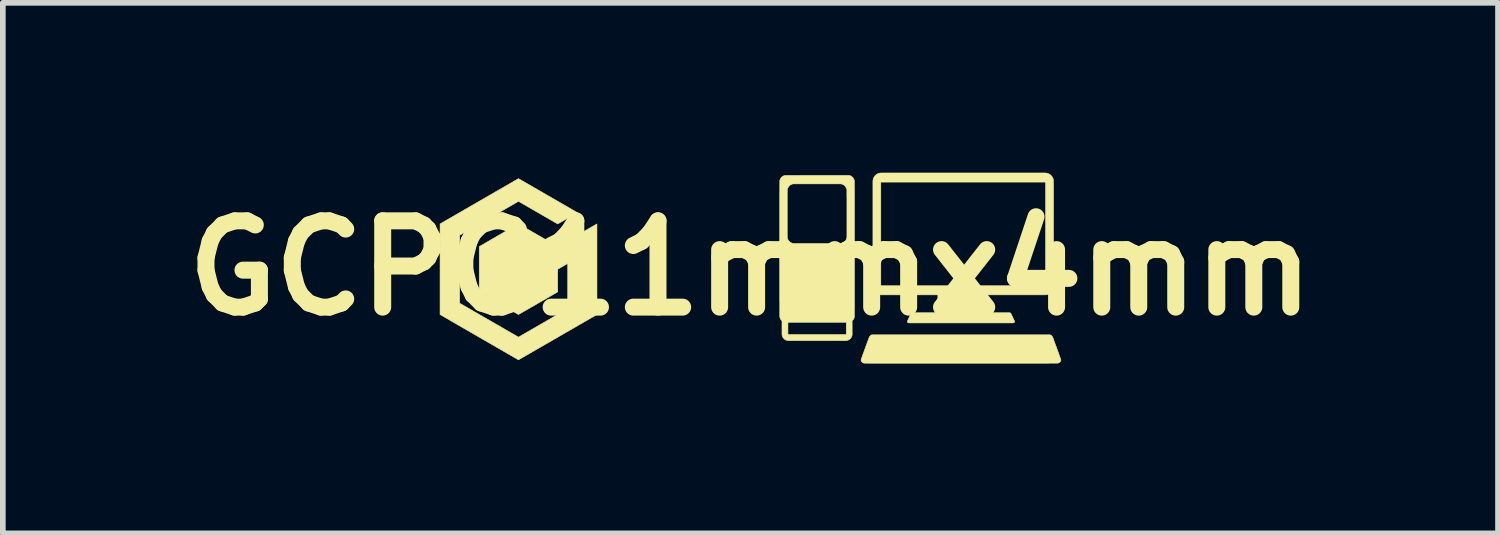
<source format=kicad_pcb>
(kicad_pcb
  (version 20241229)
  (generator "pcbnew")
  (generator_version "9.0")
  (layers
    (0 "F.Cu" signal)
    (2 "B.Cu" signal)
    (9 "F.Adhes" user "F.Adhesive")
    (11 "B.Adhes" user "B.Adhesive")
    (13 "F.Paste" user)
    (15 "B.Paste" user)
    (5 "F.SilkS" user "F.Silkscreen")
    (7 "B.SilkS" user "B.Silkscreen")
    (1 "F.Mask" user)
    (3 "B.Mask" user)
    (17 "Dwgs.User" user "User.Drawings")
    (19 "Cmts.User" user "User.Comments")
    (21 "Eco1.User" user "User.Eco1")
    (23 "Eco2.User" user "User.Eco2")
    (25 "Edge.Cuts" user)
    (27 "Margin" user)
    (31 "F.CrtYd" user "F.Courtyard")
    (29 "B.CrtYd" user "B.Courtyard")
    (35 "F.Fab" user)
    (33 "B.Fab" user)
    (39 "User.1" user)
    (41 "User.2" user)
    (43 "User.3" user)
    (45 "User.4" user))
  (footprint "GCPC11mmx4mm"
    (layer "F.Cu")
    (at 10.204 1.685)
    (property "Reference" "GCPC11mmx4mm" (at 0 0 0) (layer "F.SilkS") (effects (font (size 1.524 1.524) (thickness 0.3))))
    (attr through_hole)
    (fp_poly (pts (xy 3.17 1.178) (xy 3.215 1.178) (xy 3.261 1.178) (xy 3.308 1.178) (xy 3.356 1.178) (xy 3.406 1.178) (xy 3.456 1.178) (xy 3.507 1.178) (xy 3.559 1.178) (xy 3.612 1.178) (xy 3.666 1.178) (xy 3.721 1.178) (xy 3.722 1.178) (xy 5.287 1.178) (xy 5.292 1.179) (xy 5.298 1.181) (xy 5.303 1.183) (xy 5.308 1.186) (xy 5.313 1.189) (xy 5.318 1.194) (xy 5.32 1.196) (xy 5.325 1.201) (xy 5.33 1.208) (xy 5.334 1.215) (xy 5.339 1.224) (xy 5.343 1.233) (xy 5.344 1.236) (xy 5.345 1.238) (xy 5.346 1.24) (xy 5.347 1.243) (xy 5.348 1.247) (xy 5.35 1.252) (xy 5.352 1.257) (xy 5.354 1.263) (xy 5.357 1.27) (xy 5.359 1.278) (xy 5.362 1.286) (xy 5.365 1.294) (xy 5.369 1.303) (xy 5.372 1.312) (xy 5.376 1.322) (xy 5.379 1.332) (xy 5.383 1.343) (xy 5.387 1.354) (xy 5.391 1.365) (xy 5.395 1.376) (xy 5.399 1.387) (xy 5.404 1.399) (xy 5.408 1.411) (xy 5.412 1.422) (xy 5.416 1.434) (xy 5.421 1.446) (xy 5.425 1.457) (xy 5.429 1.469) (xy 5.433 1.48) (xy 5.437 1.492) (xy 5.441 1.503) (xy 5.445 1.513) (xy 5.449 1.524) (xy 5.452 1.534) (xy 5.456 1.543) (xy 5.459 1.553) (xy 5.462 1.562) (xy 5.465 1.57) (xy 5.468 1.578) (xy 5.471 1.585) (xy 5.473 1.592) (xy 5.475 1.597) (xy 5.477 1.603) (xy 5.479 1.607) (xy 5.48 1.611) (xy 5.481 1.614) (xy 5.482 1.616) (xy 5.482 1.617) (xy 5.482 1.617) (xy 5.483 1.621) (xy 5.483 1.625) (xy 5.483 1.629) (xy 5.482 1.632) (xy 5.482 1.633) (xy 5.48 1.638) (xy 5.478 1.644) (xy 5.474 1.649) (xy 5.47 1.655) (xy 5.465 1.66) (xy 5.459 1.664) (xy 5.453 1.669) (xy 5.448 1.671) (xy 5.444 1.673) (xy 5.439 1.675) (xy 5.434 1.677) (xy 5.429 1.678) (xy 5.427 1.679) (xy 5.427 1.679) (xy 5.427 1.679) (xy 5.426 1.679) (xy 5.426 1.679) (xy 5.426 1.679) (xy 5.425 1.679) (xy 5.425 1.679) (xy 5.424 1.679) (xy 5.423 1.679) (xy 5.422 1.679) (xy 5.421 1.679) (xy 5.42 1.679) (xy 5.418 1.679) (xy 5.417 1.679) (xy 5.415 1.679) (xy 5.413 1.679) (xy 5.411 1.679) (xy 5.409 1.679) (xy 5.406 1.679) (xy 5.403 1.679) (xy 5.4 1.679) (xy 5.397 1.679) (xy 5.393 1.679) (xy 5.389 1.679) (xy 5.385 1.679) (xy 5.381 1.679) (xy 5.376 1.679) (xy 5.371 1.679) (xy 5.366 1.679) (xy 5.36 1.679) (xy 5.354 1.679) (xy 5.348 1.679) (xy 5.341 1.679) (xy 5.334 1.679) (xy 5.326 1.679) (xy 5.318 1.679) (xy 5.31 1.679) (xy 5.301 1.679) (xy 5.292 1.679) (xy 5.283 1.679) (xy 5.273 1.68) (xy 5.262 1.68) (xy 5.251 1.68) (xy 5.24 1.68) (xy 5.228 1.68) (xy 5.215 1.68) (xy 5.203 1.68) (xy 5.189 1.68) (xy 5.175 1.68) (xy 5.161 1.68) (xy 5.146 1.68) (xy 5.13 1.68) (xy 5.114 1.68) (xy 5.097 1.68) (xy 5.08 1.68) (xy 5.062 1.68) (xy 5.043 1.68) (xy 5.024 1.68) (xy 5.005 1.68) (xy 4.984 1.68) (xy 4.963 1.68) (xy 4.941 1.68) (xy 4.919 1.68) (xy 4.896 1.68) (xy 4.872 1.68) (xy 4.848 1.68) (xy 4.823 1.68) (xy 4.797 1.68) (xy 4.77 1.68) (xy 4.743 1.68) (xy 4.715 1.68) (xy 4.686 1.68) (xy 4.656 1.68) (xy 4.626 1.68) (xy 4.595 1.68) (xy 4.563 1.68) (xy 4.53 1.68) (xy 4.496 1.68) (xy 4.462 1.68) (xy 4.427 1.68) (xy 4.391 1.68) (xy 4.354 1.68) (xy 4.316 1.68) (xy 4.277 1.68) (xy 4.237 1.68) (xy 4.197 1.68) (xy 4.155 1.68) (xy 4.113 1.68) (xy 4.07 1.68) (xy 4.026 1.68) (xy 3.98 1.68) (xy 3.934 1.68) (xy 3.887 1.68) (xy 3.839 1.68) (xy 3.79 1.68) (xy 3.74 1.68) (xy 3.72 1.68) (xy 3.668 1.68) (xy 3.618 1.68) (xy 3.568 1.68) (xy 3.52 1.68) (xy 3.472 1.68) (xy 3.426 1.68) (xy 3.38 1.68) (xy 3.336 1.68) (xy 3.292 1.68) (xy 3.249 1.68) (xy 3.208 1.68) (xy 3.167 1.68) (xy 3.127 1.68) (xy 3.088 1.68) (xy 3.012 1.68) (xy 2.976 1.68) (xy 2.94 1.68) (xy 2.906 1.68) (xy 2.872 1.68) (xy 2.839 1.68) (xy 2.806 1.68) (xy 2.775 1.68) (xy 2.744 1.68) (xy 2.714 1.68) (xy 2.685 1.68) (xy 2.657 1.68) (xy 2.629 1.68) (xy 2.603 1.68) (xy 2.576 1.68) (xy 2.551 1.68) (xy 2.527 1.68) (xy 2.503 1.68) (xy 2.48 1.68) (xy 2.457 1.68) (xy 2.435 1.68) (xy 2.414 1.68) (xy 2.394 1.68) (xy 2.374 1.68) (xy 2.355 1.68) (xy 2.336 1.68) (xy 2.318 1.68) (xy 2.301 1.68) (xy 2.284 1.68) (xy 2.268 1.68) (xy 2.253 1.68) (xy 2.238 1.68) (xy 2.224 1.68) (xy 2.21 1.68) (xy 2.197 1.68) (xy 2.184 1.68) (xy 2.172 1.68) (xy 2.161 1.68) (xy 2.15 1.68) (xy 2.139 1.68) (xy 2.129 1.68) (xy 2.119 1.68) (xy 2.11 1.68) (xy 2.102 1.68) (xy 2.094 1.68) (xy 2.086 1.68) (xy 2.079 1.68) (xy 2.072 1.679) (xy 2.066 1.679) (xy 2.06 1.679) (xy 2.054 1.679) (xy 2.049 1.679) (xy 2.044 1.679) (xy 2.04 1.679) (xy 2.036 1.679) (xy 2.032 1.679) (xy 2.028 1.679) (xy 2.025 1.679) (xy 2.023 1.679) (xy 2.02 1.679) (xy 2.018 1.679) (xy 2.017 1.679) (xy 2.015 1.679) (xy 2.014 1.679) (xy 2.013 1.679) (xy 2.012 1.679) (xy 2.012 1.679) (xy 2.012 1.679) (xy 2.004 1.677) (xy 1.997 1.675) (xy 1.989 1.672) (xy 1.983 1.668) (xy 1.976 1.664) (xy 1.971 1.659) (xy 1.966 1.654) (xy 1.961 1.648) (xy 1.958 1.642) (xy 1.955 1.636) (xy 1.954 1.634) (xy 1.954 1.632) (xy 1.954 1.629) (xy 1.954 1.625) (xy 1.954 1.621) (xy 1.954 1.618) (xy 1.954 1.616) (xy 1.954 1.615) (xy 1.955 1.615) (xy 1.955 1.613) (xy 1.956 1.611) (xy 1.957 1.607) (xy 1.959 1.603) (xy 1.961 1.598) (xy 1.963 1.593) (xy 1.965 1.586) (xy 1.967 1.579) (xy 1.97 1.572) (xy 1.973 1.564) (xy 1.976 1.555) (xy 1.979 1.546) (xy 1.983 1.536) (xy 1.986 1.527) (xy 1.99 1.516) (xy 1.994 1.506) (xy 1.998 1.495) (xy 2.002 1.484) (xy 2.006 1.472) (xy 2.01 1.461) (xy 2.014 1.449) (xy 2.019 1.438) (xy 2.023 1.426) (xy 2.027 1.414) (xy 2.031 1.403) (xy 2.036 1.391) (xy 2.04 1.38) (xy 2.044 1.368) (xy 2.048 1.357) (xy 2.052 1.346) (xy 2.056 1.336) (xy 2.059 1.325) (xy 2.063 1.316) (xy 2.067 1.306) (xy 2.07 1.297) (xy 2.073 1.288) (xy 2.076 1.28) (xy 2.079 1.273) (xy 2.081 1.266) (xy 2.083 1.26) (xy 2.086 1.254) (xy 2.087 1.249) (xy 2.089 1.245) (xy 2.09 1.242) (xy 2.091 1.239) (xy 2.092 1.238) (xy 2.092 1.237) (xy 2.096 1.227) (xy 2.1 1.219) (xy 2.104 1.211) (xy 2.109 1.204) (xy 2.114 1.198) (xy 2.119 1.193) (xy 2.124 1.188) (xy 2.13 1.185) (xy 2.134 1.183) (xy 2.139 1.181) (xy 2.144 1.179) (xy 2.15 1.178) (xy 2.152 1.178) (xy 2.153 1.178) (xy 2.154 1.178) (xy 2.157 1.178) (xy 2.16 1.178) (xy 2.165 1.178) (xy 2.17 1.178) (xy 2.176 1.178) (xy 2.183 1.178) (xy 2.192 1.178) (xy 2.201 1.178) (xy 2.211 1.178) (xy 2.222 1.178) (xy 2.234 1.178) (xy 2.247 1.178) (xy 2.261 1.178) (xy 2.275 1.178) (xy 2.291 1.178) (xy 2.308 1.178) (xy 2.325 1.178) (xy 2.344 1.178) (xy 2.364 1.178) (xy 2.384 1.178) (xy 2.406 1.178) (xy 2.428 1.178) (xy 2.452 1.178) (xy 2.476 1.178) (xy 2.502 1.178) (xy 2.528 1.178) (xy 2.555 1.178) (xy 2.584 1.178) (xy 2.613 1.178) (xy 2.643 1.178) (xy 2.674 1.178) (xy 2.707 1.178) (xy 2.74 1.178) (xy 2.774 1.178) (xy 2.809 1.178) (xy 2.845 1.178) (xy 2.882 1.178) (xy 2.92 1.178) (xy 2.96 1.178) (xy 3 1.178) (xy 3.041 1.178) (xy 3.126 1.178) (xy 3.17 1.178)) (stroke (width 0.01) (type solid)) (fill yes) (layer "F.SilkS"))
    (fp_poly (pts (xy 3.939 -1.68) (xy 3.982 -1.68) (xy 4.024 -1.68) (xy 4.065 -1.68) (xy 4.105 -1.68) (xy 4.144 -1.68) (xy 4.182 -1.68) (xy 4.219 -1.68) (xy 4.256 -1.68) (xy 4.291 -1.68) (xy 4.326 -1.68) (xy 4.36 -1.68) (xy 4.393 -1.68) (xy 4.425 -1.68) (xy 4.456 -1.68) (xy 4.487 -1.68) (xy 4.516 -1.68) (xy 4.545 -1.68) (xy 4.573 -1.68) (xy 4.6 -1.68) (xy 4.627 -1.68) (xy 4.653 -1.68) (xy 4.678 -1.68) (xy 4.702 -1.68) (xy 4.725 -1.68) (xy 4.748 -1.68) (xy 4.77 -1.68) (xy 4.792 -1.68) (xy 4.813 -1.68) (xy 4.833 -1.68) (xy 4.852 -1.68) (xy 4.871 -1.68) (xy 4.889 -1.68) (xy 4.906 -1.68) (xy 4.923 -1.68) (xy 4.94 -1.68) (xy 4.955 -1.68) (xy 4.97 -1.68) (xy 4.985 -1.68) (xy 4.999 -1.68) (xy 5.012 -1.68) (xy 5.025 -1.68) (xy 5.038 -1.68) (xy 5.049 -1.68) (xy 5.061 -1.68) (xy 5.072 -1.68) (xy 5.082 -1.68) (xy 5.092 -1.68) (xy 5.101 -1.68) (xy 5.11 -1.68) (xy 5.119 -1.68) (xy 5.127 -1.68) (xy 5.134 -1.68) (xy 5.142 -1.68) (xy 5.148 -1.68) (xy 5.155 -1.68) (xy 5.161 -1.68) (xy 5.167 -1.68) (xy 5.172 -1.68) (xy 5.177 -1.68) (xy 5.182 -1.68) (xy 5.186 -1.68) (xy 5.19 -1.68) (xy 5.194 -1.68) (xy 5.197 -1.679) (xy 5.2 -1.679) (xy 5.203 -1.679) (xy 5.206 -1.679) (xy 5.208 -1.679) (xy 5.21 -1.679) (xy 5.212 -1.679) (xy 5.214 -1.679) (xy 5.215 -1.679) (xy 5.216 -1.679) (xy 5.218 -1.679) (xy 5.218 -1.679) (xy 5.219 -1.679) (xy 5.22 -1.679) (xy 5.22 -1.679) (xy 5.221 -1.679) (xy 5.221 -1.679) (xy 5.231 -1.678) (xy 5.241 -1.675) (xy 5.251 -1.673) (xy 5.26 -1.669) (xy 5.269 -1.665) (xy 5.279 -1.659) (xy 5.289 -1.653) (xy 5.298 -1.646) (xy 5.307 -1.638) (xy 5.308 -1.637) (xy 5.317 -1.627) (xy 5.324 -1.618) (xy 5.331 -1.608) (xy 5.337 -1.597) (xy 5.342 -1.586) (xy 5.346 -1.575) (xy 5.349 -1.563) (xy 5.351 -1.55) (xy 5.351 -1.545) (xy 5.351 -1.545) (xy 5.351 -1.543) (xy 5.351 -1.541) (xy 5.351 -1.537) (xy 5.351 -1.533) (xy 5.351 -1.527) (xy 5.351 -1.521) (xy 5.351 -1.514) (xy 5.351 -1.506) (xy 5.351 -1.497) (xy 5.351 -1.487) (xy 5.352 -1.476) (xy 5.352 -1.464) (xy 5.352 -1.451) (xy 5.352 -1.437) (xy 5.352 -1.422) (xy 5.352 -1.407) (xy 5.352 -1.39) (xy 5.352 -1.372) (xy 5.352 -1.354) (xy 5.352 -1.334) (xy 5.352 -1.314) (xy 5.352 -1.292) (xy 5.352 -1.27) (xy 5.352 -1.246) (xy 5.352 -1.222) (xy 5.352 -1.197) (xy 5.352 -1.17) (xy 5.352 -1.143) (xy 5.352 -1.115) (xy 5.352 -1.085) (xy 5.352 -1.055) (xy 5.352 -1.024) (xy 5.352 -0.992) (xy 5.352 -0.958) (xy 5.352 -0.924) (xy 5.352 -0.889) (xy 5.352 -0.853) (xy 5.352 -0.815) (xy 5.352 -0.777) (xy 5.352 -0.738) (xy 5.352 -0.697) (xy 5.352 -0.656) (xy 5.352 -0.566) (xy 5.352 -0.529) (xy 5.352 -0.493) (xy 5.352 -0.459) (xy 5.352 -0.425) (xy 5.352 -0.392) (xy 5.352 -0.36) (xy 5.352 -0.329) (xy 5.352 -0.299) (xy 5.352 -0.27) (xy 5.352 -0.242) (xy 5.352 -0.214) (xy 5.352 -0.188) (xy 5.352 -0.162) (xy 5.352 -0.137) (xy 5.352 -0.113) (xy 5.352 -0.09) (xy 5.352 -0.067) (xy 5.352 -0.046) (xy 5.352 -0.025) (xy 5.352 -0.005) (xy 5.352 0.015) (xy 5.352 0.033) (xy 5.352 0.051) (xy 5.352 0.069) (xy 5.352 0.085) (xy 5.352 0.101) (xy 5.352 0.117) (xy 5.352 0.131) (xy 5.352 0.145) (xy 5.352 0.159) (xy 5.352 0.171) (xy 5.352 0.184) (xy 5.352 0.195) (xy 5.352 0.206) (xy 5.352 0.217) (xy 5.352 0.227) (xy 5.352 0.236) (xy 5.352 0.245) (xy 5.352 0.253) (xy 5.352 0.261) (xy 5.352 0.269) (xy 5.352 0.276) (xy 5.351 0.282) (xy 5.351 0.288) (xy 5.351 0.294) (xy 5.351 0.299) (xy 5.351 0.304) (xy 5.351 0.309) (xy 5.351 0.313) (xy 5.351 0.317) (xy 5.351 0.32) (xy 5.351 0.323) (xy 5.351 0.326) (xy 5.351 0.329) (xy 5.351 0.331) (xy 5.351 0.333) (xy 5.351 0.335) (xy 5.351 0.336) (xy 5.351 0.337) (xy 5.351 0.338) (xy 5.351 0.339) (xy 5.351 0.34) (xy 5.351 0.34) (xy 5.351 0.34) (xy 5.349 0.352) (xy 5.347 0.364) (xy 5.343 0.375) (xy 5.338 0.386) (xy 5.333 0.397) (xy 5.327 0.407) (xy 5.32 0.416) (xy 5.312 0.425) (xy 5.303 0.434) (xy 5.294 0.442) (xy 5.284 0.449) (xy 5.274 0.455) (xy 5.27 0.457) (xy 5.26 0.461) (xy 5.251 0.465) (xy 5.241 0.468) (xy 5.23 0.47) (xy 5.221 0.472) (xy 5.221 0.472) (xy 5.22 0.472) (xy 5.22 0.472) (xy 5.219 0.472) (xy 5.218 0.472) (xy 5.217 0.472) (xy 5.216 0.472) (xy 5.215 0.472) (xy 5.214 0.472) (xy 5.212 0.472) (xy 5.21 0.472) (xy 5.208 0.472) (xy 5.205 0.472) (xy 5.202 0.472) (xy 5.199 0.472) (xy 5.196 0.472) (xy 5.192 0.472) (xy 5.188 0.472) (xy 5.183 0.472) (xy 5.178 0.472) (xy 5.173 0.472) (xy 5.167 0.472) (xy 5.161 0.472) (xy 5.154 0.473) (xy 5.147 0.473) (xy 5.139 0.473) (xy 5.131 0.473) (xy 5.122 0.473) (xy 5.113 0.473) (xy 5.103 0.473) (xy 5.092 0.473) (xy 5.081 0.473) (xy 5.069 0.473) (xy 5.056 0.473) (xy 5.043 0.473) (xy 5.029 0.473) (xy 5.014 0.473) (xy 4.999 0.473) (xy 4.983 0.473) (xy 4.966 0.473) (xy 4.948 0.473) (xy 4.93 0.473) (xy 4.911 0.473) (xy 4.89 0.473) (xy 4.869 0.473) (xy 4.847 0.473) (xy 4.825 0.473) (xy 4.801 0.473) (xy 4.776 0.473) (xy 4.751 0.473) (xy 4.724 0.473) (xy 4.696 0.473) (xy 4.687 0.473) (xy 4.158 0.473) (xy 4.159 0.602) (xy 4.159 0.616) (xy 4.159 0.628) (xy 4.159 0.64) (xy 4.159 0.651) (xy 4.159 0.661) (xy 4.159 0.67) (xy 4.159 0.678) (xy 4.159 0.686) (xy 4.159 0.692) (xy 4.159 0.699) (xy 4.159 0.704) (xy 4.159 0.709) (xy 4.159 0.713) (xy 4.159 0.717) (xy 4.159 0.72) (xy 4.159 0.723) (xy 4.159 0.726) (xy 4.159 0.728) (xy 4.159 0.729) (xy 4.159 0.731) (xy 4.159 0.732) (xy 4.159 0.733) (xy 4.159 0.734) (xy 4.16 0.734) (xy 4.16 0.735) (xy 4.16 0.735) (xy 4.162 0.743) (xy 4.166 0.751) (xy 4.17 0.759) (xy 4.176 0.766) (xy 4.182 0.773) (xy 4.183 0.773) (xy 4.188 0.778) (xy 4.193 0.782) (xy 4.199 0.785) (xy 4.204 0.787) (xy 4.207 0.788) (xy 4.583 0.789) (xy 4.586 0.79) (xy 4.589 0.792) (xy 4.593 0.794) (xy 4.596 0.797) (xy 4.599 0.801) (xy 4.601 0.805) (xy 4.602 0.806) (xy 4.602 0.808) (xy 4.604 0.81) (xy 4.605 0.814) (xy 4.607 0.817) (xy 4.609 0.822) (xy 4.612 0.827) (xy 4.614 0.833) (xy 4.617 0.839) (xy 4.62 0.845) (xy 4.623 0.851) (xy 4.627 0.858) (xy 4.63 0.865) (xy 4.633 0.872) (xy 4.636 0.879) (xy 4.64 0.886) (xy 4.643 0.892) (xy 4.646 0.899) (xy 4.649 0.905) (xy 4.652 0.911) (xy 4.654 0.917) (xy 4.657 0.922) (xy 4.659 0.927) (xy 4.661 0.931) (xy 4.662 0.934) (xy 4.664 0.937) (xy 4.665 0.939) (xy 4.665 0.94) (xy 4.665 0.94) (xy 4.666 0.944) (xy 4.666 0.948) (xy 4.665 0.951) (xy 4.662 0.955) (xy 4.659 0.958) (xy 4.659 0.959) (xy 4.655 0.962) (xy 4.651 0.964) (xy 4.646 0.967) (xy 4.644 0.967) (xy 4.64 0.968) (xy 3.718 0.968) (xy 3.681 0.968) (xy 3.645 0.968) (xy 3.61 0.968) (xy 3.576 0.968) (xy 3.543 0.968) (xy 3.511 0.968) (xy 3.48 0.968) (xy 3.449 0.968) (xy 3.42 0.968) (xy 3.392 0.968) (xy 3.364 0.968) (xy 3.337 0.968) (xy 3.311 0.968) (xy 3.286 0.968) (xy 3.262 0.968) (xy 3.239 0.968) (xy 3.216 0.968) (xy 3.194 0.968) (xy 3.173 0.968) (xy 3.153 0.968) (xy 3.133 0.968) (xy 3.115 0.968) (xy 3.096 0.968) (xy 3.079 0.968) (xy 3.062 0.968) (xy 3.046 0.968) (xy 3.031 0.968) (xy 3.016 0.968) (xy 3.002 0.968) (xy 2.988 0.968) (xy 2.975 0.968) (xy 2.963 0.968) (xy 2.951 0.968) (xy 2.94 0.968) (xy 2.929 0.968) (xy 2.919 0.968) (xy 2.91 0.968) (xy 2.9 0.968) (xy 2.892 0.968) (xy 2.884 0.968) (xy 2.876 0.968) (xy 2.869 0.968) (xy 2.862 0.968) (xy 2.856 0.968) (xy 2.85 0.968) (xy 2.844 0.968) (xy 2.839 0.968) (xy 2.834 0.968) (xy 2.83 0.968) (xy 2.826 0.968) (xy 2.822 0.968) (xy 2.818 0.968) (xy 2.815 0.968) (xy 2.812 0.968) (xy 2.81 0.968) (xy 2.807 0.968) (xy 2.805 0.968) (xy 2.803 0.968) (xy 2.801 0.968) (xy 2.8 0.968) (xy 2.799 0.968) (xy 2.797 0.968) (xy 2.797 0.968) (xy 2.796 0.968) (xy 2.795 0.967) (xy 2.794 0.967) (xy 2.794 0.967) (xy 2.794 0.967) (xy 2.793 0.967) (xy 2.793 0.967) (xy 2.793 0.967) (xy 2.793 0.967) (xy 2.787 0.965) (xy 2.782 0.962) (xy 2.777 0.959) (xy 2.777 0.958) (xy 2.774 0.956) (xy 2.772 0.952) (xy 2.771 0.949) (xy 2.77 0.945) (xy 2.771 0.943) (xy 2.771 0.942) (xy 2.771 0.94) (xy 2.773 0.938) (xy 2.774 0.935) (xy 2.776 0.931) (xy 2.778 0.927) (xy 2.78 0.922) (xy 2.782 0.917) (xy 2.785 0.911) (xy 2.788 0.905) (xy 2.791 0.899) (xy 2.794 0.892) (xy 2.797 0.885) (xy 2.8 0.878) (xy 2.803 0.871) (xy 2.807 0.865) (xy 2.81 0.858) (xy 2.813 0.851) (xy 2.816 0.845) (xy 2.819 0.839) (xy 2.822 0.833) (xy 2.824 0.828) (xy 2.826 0.823) (xy 2.828 0.818) (xy 2.83 0.815) (xy 2.832 0.811) (xy 2.833 0.809) (xy 2.833 0.808) (xy 2.836 0.803) (xy 2.84 0.798) (xy 2.843 0.794) (xy 2.847 0.792) (xy 2.851 0.79) (xy 2.854 0.789) (xy 2.855 0.789) (xy 2.857 0.789) (xy 2.86 0.789) (xy 2.863 0.789) (xy 2.868 0.789) (xy 2.874 0.789) (xy 2.88 0.789) (xy 2.888 0.789) (xy 2.897 0.789) (xy 2.906 0.789) (xy 2.917 0.789) (xy 2.928 0.789) (xy 2.941 0.788) (xy 2.954 0.788) (xy 2.969 0.788) (xy 2.984 0.788) (xy 3.001 0.788) (xy 3.018 0.788) (xy 3.037 0.788) (xy 3.057 0.788) (xy 3.078 0.788) (xy 3.094 0.788) (xy 3.109 0.788) (xy 3.124 0.788) (xy 3.137 0.788) (xy 3.15 0.788) (xy 3.162 0.788) (xy 3.173 0.788) (xy 3.183 0.788) (xy 3.192 0.788) (xy 3.201 0.788) (xy 3.209 0.788) (xy 3.216 0.788) (xy 3.223 0.788) (xy 3.229 0.788) (xy 3.235 0.788) (xy 3.24 0.788) (xy 3.244 0.788) (xy 3.248 0.788) (xy 3.251 0.788) (xy 3.254 0.788) (xy 3.257 0.788) (xy 3.259 0.788) (xy 3.261 0.788) (xy 3.263 0.788) (xy 3.264 0.788) (xy 3.265 0.788) (xy 3.266 0.788) (xy 3.267 0.788) (xy 3.267 0.788) (xy 3.267 0.788) (xy 3.275 0.786) (xy 3.281 0.783) (xy 3.288 0.779) (xy 3.293 0.775) (xy 3.299 0.77) (xy 3.303 0.764) (xy 3.307 0.758) (xy 3.31 0.751) (xy 3.311 0.748) (xy 3.312 0.746) (xy 3.312 0.744) (xy 3.312 0.742) (xy 3.312 0.74) (xy 3.312 0.737) (xy 3.312 0.736) (xy 3.312 0.733) (xy 3.312 0.731) (xy 3.312 0.729) (xy 3.312 0.728) (xy 3.311 0.726) (xy 3.311 0.726) (xy 3.31 0.723) (xy 3.31 0.598) (xy 3.31 0.473) (xy 2.811 0.473) (xy 2.78 0.473) (xy 2.751 0.473) (xy 2.722 0.473) (xy 2.695 0.473) (xy 2.668 0.473) (xy 2.642 0.473) (xy 2.617 0.473) (xy 2.593 0.473) (xy 2.57 0.473) (xy 2.548 0.473) (xy 2.526 0.473) (xy 2.506 0.473) (xy 2.487 0.473) (xy 2.468 0.473) (xy 2.451 0.473) (xy 2.434 0.473) (xy 2.419 0.473) (xy 2.404 0.473) (xy 2.39 0.473) (xy 2.378 0.473) (xy 2.366 0.473) (xy 2.355 0.473) (xy 2.346 0.473) (xy 2.337 0.473) (xy 2.329 0.473) (xy 2.322 0.473) (xy 2.317 0.473) (xy 2.312 0.473) (xy 2.308 0.473) (xy 2.305 0.472) (xy 2.304 0.472) (xy 2.303 0.472) (xy 2.291 0.471) (xy 2.279 0.469) (xy 2.267 0.466) (xy 2.256 0.462) (xy 2.245 0.457) (xy 2.234 0.451) (xy 2.224 0.444) (xy 2.22 0.442) (xy 2.217 0.439) (xy 2.214 0.436) (xy 2.21 0.432) (xy 2.206 0.428) (xy 2.202 0.425) (xy 2.199 0.421) (xy 2.195 0.417) (xy 2.193 0.414) (xy 2.186 0.404) (xy 2.18 0.394) (xy 2.175 0.383) (xy 2.171 0.373) (xy 2.168 0.361) (xy 2.165 0.35) (xy 2.164 0.341) (xy 2.164 0.341) (xy 2.164 0.341) (xy 2.164 0.34) (xy 2.164 0.34) (xy 2.164 0.339) (xy 2.164 0.338) (xy 2.163 0.337) (xy 2.163 0.336) (xy 2.163 0.335) (xy 2.163 0.334) (xy 2.163 0.332) (xy 2.163 0.331) (xy 2.163 0.329) (xy 2.163 0.327) (xy 2.163 0.324) (xy 2.163 0.321) (xy 2.163 0.319) (xy 2.163 0.315) (xy 2.163 0.312) (xy 2.163 0.308) (xy 2.163 0.304) (xy 2.163 0.299) (xy 2.163 0.295) (xy 2.163 0.289) (xy 2.163 0.284) (xy 2.163 0.278) (xy 2.163 0.272) (xy 2.163 0.265) (xy 2.163 0.258) (xy 2.163 0.25) (xy 2.163 0.242) (xy 2.163 0.233) (xy 2.163 0.224) (xy 2.163 0.215) (xy 2.163 0.205) (xy 2.163 0.194) (xy 2.163 0.183) (xy 2.163 0.171) (xy 2.163 0.159) (xy 2.163 0.146) (xy 2.163 0.133) (xy 2.163 0.118) (xy 2.163 0.104) (xy 2.163 0.088) (xy 2.163 0.073) (xy 2.163 0.056) (xy 2.163 0.039) (xy 2.163 0.021) (xy 2.163 0.002) (xy 2.163 -0.018) (xy 2.163 -0.038) (xy 2.163 -0.059) (xy 2.163 -0.08) (xy 2.163 -0.103) (xy 2.163 -0.126) (xy 2.163 -0.15) (xy 2.163 -0.175) (xy 2.163 -0.2) (xy 2.163 -0.227) (xy 2.163 -0.254) (xy 2.163 -0.283) (xy 2.163 -0.312) (xy 2.163 -0.342) (xy 2.163 -0.373) (xy 2.163 -0.405) (xy 2.163 -0.437) (xy 2.163 -0.781) (xy 2.163 -0.813) (xy 2.163 -0.845) (xy 2.163 -0.875) (xy 2.163 -0.905) (xy 2.163 -0.934) (xy 2.163 -0.962) (xy 2.163 -0.989) (xy 2.163 -1.015) (xy 2.163 -1.041) (xy 2.163 -1.065) (xy 2.163 -1.089) (xy 2.163 -1.112) (xy 2.163 -1.134) (xy 2.163 -1.156) (xy 2.163 -1.176) (xy 2.163 -1.196) (xy 2.163 -1.215) (xy 2.163 -1.234) (xy 2.163 -1.252) (xy 2.163 -1.269) (xy 2.163 -1.285) (xy 2.163 -1.301) (xy 2.163 -1.316) (xy 2.163 -1.331) (xy 2.163 -1.344) (xy 2.163 -1.358) (xy 2.163 -1.37) (xy 2.163 -1.382) (xy 2.163 -1.394) (xy 2.163 -1.405) (xy 2.163 -1.415) (xy 2.163 -1.425) (xy 2.163 -1.435) (xy 2.163 -1.444) (xy 2.163 -1.452) (xy 2.163 -1.46) (xy 2.163 -1.467) (xy 2.163 -1.474) (xy 2.163 -1.481) (xy 2.163 -1.487) (xy 2.163 -1.493) (xy 2.163 -1.499) (xy 2.163 -1.504) (xy 2.163 -1.508) (xy 2.163 -1.513) (xy 2.163 -1.517) (xy 2.163 -1.519) (xy 2.302 -1.519) (xy 2.302 0.312) (xy 5.213 0.312) (xy 5.213 -1.519) (xy 2.302 -1.519) (xy 2.163 -1.519) (xy 2.163 -1.52) (xy 2.163 -1.524) (xy 2.163 -1.527) (xy 2.163 -1.53) (xy 2.163 -1.532) (xy 2.163 -1.535) (xy 2.163 -1.537) (xy 2.163 -1.539) (xy 2.163 -1.54) (xy 2.163 -1.542) (xy 2.163 -1.543) (xy 2.163 -1.544) (xy 2.163 -1.545) (xy 2.164 -1.546) (xy 2.164 -1.547) (xy 2.164 -1.547) (xy 2.164 -1.548) (xy 2.164 -1.548) (xy 2.164 -1.549) (xy 2.164 -1.549) (xy 2.165 -1.559) (xy 2.168 -1.569) (xy 2.171 -1.579) (xy 2.174 -1.588) (xy 2.178 -1.598) (xy 2.179 -1.599) (xy 2.182 -1.605) (xy 2.186 -1.611) (xy 2.19 -1.617) (xy 2.194 -1.623) (xy 2.195 -1.625) (xy 2.197 -1.627) (xy 2.2 -1.63) (xy 2.203 -1.633) (xy 2.206 -1.636) (xy 2.209 -1.639) (xy 2.213 -1.642) (xy 2.216 -1.645) (xy 2.218 -1.647) (xy 2.218 -1.648) (xy 2.228 -1.655) (xy 2.238 -1.661) (xy 2.249 -1.667) (xy 2.26 -1.671) (xy 2.272 -1.675) (xy 2.283 -1.678) (xy 2.294 -1.679) (xy 2.294 -1.679) (xy 2.295 -1.679) (xy 2.295 -1.679) (xy 2.296 -1.679) (xy 2.297 -1.679) (xy 2.298 -1.679) (xy 2.299 -1.679) (xy 2.301 -1.679) (xy 2.303 -1.679) (xy 2.305 -1.679) (xy 2.307 -1.679) (xy 2.309 -1.679) (xy 2.312 -1.679) (xy 2.315 -1.679) (xy 2.319 -1.68) (xy 2.322 -1.68) (xy 2.326 -1.68) (xy 2.33 -1.68) (xy 2.335 -1.68) (xy 2.34 -1.68) (xy 2.345 -1.68) (xy 2.351 -1.68) (xy 2.357 -1.68) (xy 2.363 -1.68) (xy 2.37 -1.68) (xy 2.377 -1.68) (xy 2.385 -1.68) (xy 2.393 -1.68) (xy 2.401 -1.68) (xy 2.41 -1.68) (xy 2.42 -1.68) (xy 2.429 -1.68) (xy 2.44 -1.68) (xy 2.451 -1.68) (xy 2.462 -1.68) (xy 2.474 -1.68) (xy 2.486 -1.68) (xy 2.499 -1.68) (xy 2.512 -1.68) (xy 2.526 -1.68) (xy 2.541 -1.68) (xy 2.556 -1.68) (xy 2.572 -1.68) (xy 2.588 -1.68) (xy 2.605 -1.68) (xy 2.623 -1.68) (xy 2.641 -1.68) (xy 2.66 -1.68) (xy 2.679 -1.68) (xy 2.699 -1.68) (xy 2.72 -1.68) (xy 2.741 -1.68) (xy 2.764 -1.68) (xy 2.786 -1.68) (xy 2.81 -1.68) (xy 2.834 -1.68) (xy 2.859 -1.68) (xy 2.885 -1.68) (xy 2.912 -1.68) (xy 2.939 -1.68) (xy 2.967 -1.68) (xy 2.996 -1.68) (xy 3.026 -1.68) (xy 3.056 -1.68) (xy 3.088 -1.68) (xy 3.12 -1.68) (xy 3.153 -1.68) (xy 3.187 -1.68) (xy 3.222 -1.68) (xy 3.257 -1.68) (xy 3.294 -1.68) (xy 3.331 -1.68) (xy 3.369 -1.68) (xy 3.409 -1.68) (xy 3.449 -1.68) (xy 3.49 -1.68) (xy 3.532 -1.68) (xy 3.575 -1.68) (xy 3.619 -1.68) (xy 3.895 -1.68) (xy 3.939 -1.68)) (stroke (width 0.01) (type solid)) (fill yes) (layer "F.SilkS"))
    (fp_poly (pts (xy -4.096 -1.58) (xy -4.095 -1.579) (xy -4.093 -1.578) (xy -4.09 -1.576) (xy -4.086 -1.574) (xy -4.082 -1.571) (xy -4.076 -1.568) (xy -4.07 -1.565) (xy -4.063 -1.561) (xy -4.056 -1.557) (xy -4.048 -1.552) (xy -4.039 -1.547) (xy -4.03 -1.542) (xy -4.02 -1.536) (xy -4.009 -1.53) (xy -3.998 -1.523) (xy -3.986 -1.517) (xy -3.974 -1.509) (xy -3.961 -1.502) (xy -3.948 -1.495) (xy -3.935 -1.487) (xy -3.92 -1.479) (xy -3.906 -1.47) (xy -3.891 -1.462) (xy -3.876 -1.453) (xy -3.86 -1.444) (xy -3.844 -1.434) (xy -3.828 -1.425) (xy -3.811 -1.415) (xy -3.794 -1.406) (xy -3.777 -1.396) (xy -3.76 -1.386) (xy -3.742 -1.376) (xy -3.725 -1.365) (xy -3.707 -1.355) (xy -3.689 -1.345) (xy -3.67 -1.334) (xy -3.652 -1.324) (xy -3.634 -1.313) (xy -3.615 -1.302) (xy -3.597 -1.292) (xy -3.578 -1.281) (xy -3.56 -1.27) (xy -3.541 -1.26) (xy -3.523 -1.249) (xy -3.504 -1.238) (xy -3.486 -1.228) (xy -3.468 -1.217) (xy -3.45 -1.207) (xy -3.432 -1.196) (xy -3.414 -1.186) (xy -3.396 -1.176) (xy -3.379 -1.166) (xy -3.362 -1.156) (xy -3.345 -1.146) (xy -3.328 -1.137) (xy -3.312 -1.127) (xy -3.296 -1.118) (xy -3.28 -1.109) (xy -3.265 -1.1) (xy -3.25 -1.091) (xy -3.235 -1.083) (xy -3.221 -1.075) (xy -3.207 -1.067) (xy -3.194 -1.059) (xy -3.181 -1.052) (xy -3.169 -1.045) (xy -3.157 -1.038) (xy -3.146 -1.031) (xy -3.136 -1.025) (xy -3.125 -1.02) (xy -3.116 -1.014) (xy -3.107 -1.009) (xy -3.099 -1.004) (xy -3.091 -1) (xy -3.085 -0.996) (xy -3.078 -0.992) (xy -3.073 -0.989) (xy -3.068 -0.986) (xy -3.065 -0.984) (xy -3.061 -0.982) (xy -3.059 -0.981) (xy -3.058 -0.98) (xy -3.057 -0.98) (xy -3.057 -0.98) (xy -3.058 -0.98) (xy -3.059 -0.979) (xy -3.061 -0.978) (xy -3.064 -0.976) (xy -3.067 -0.974) (xy -3.072 -0.971) (xy -3.077 -0.968) (xy -3.082 -0.965) (xy -3.088 -0.962) (xy -3.095 -0.958) (xy -3.102 -0.954) (xy -3.11 -0.949) (xy -3.118 -0.944) (xy -3.127 -0.939) (xy -3.136 -0.934) (xy -3.145 -0.929) (xy -3.155 -0.923) (xy -3.165 -0.918) (xy -3.175 -0.912) (xy -3.185 -0.906) (xy -3.195 -0.9) (xy -3.206 -0.894) (xy -3.217 -0.888) (xy -3.227 -0.881) (xy -3.238 -0.875) (xy -3.249 -0.869) (xy -3.259 -0.863) (xy -3.27 -0.857) (xy -3.28 -0.851) (xy -3.29 -0.845) (xy -3.301 -0.839) (xy -3.31 -0.834) (xy -3.32 -0.828) (xy -3.329 -0.823) (xy -3.338 -0.818) (xy -3.346 -0.813) (xy -3.354 -0.809) (xy -3.362 -0.804) (xy -3.369 -0.8) (xy -3.375 -0.796) (xy -3.381 -0.793) (xy -3.387 -0.79) (xy -3.391 -0.787) (xy -3.395 -0.785) (xy -3.399 -0.783) (xy -3.401 -0.782) (xy -3.403 -0.781) (xy -3.404 -0.78) (xy -3.404 -0.78) (xy -3.405 -0.78) (xy -3.406 -0.781) (xy -3.408 -0.782) (xy -3.411 -0.784) (xy -3.415 -0.786) (xy -3.419 -0.789) (xy -3.425 -0.792) (xy -3.431 -0.795) (xy -3.437 -0.799) (xy -3.445 -0.803) (xy -3.453 -0.808) (xy -3.462 -0.813) (xy -3.471 -0.819) (xy -3.481 -0.824) (xy -3.492 -0.83) (xy -3.503 -0.837) (xy -3.515 -0.844) (xy -3.527 -0.851) (xy -3.54 -0.858) (xy -3.553 -0.866) (xy -3.566 -0.873) (xy -3.58 -0.882) (xy -3.595 -0.89) (xy -3.61 -0.899) (xy -3.625 -0.907) (xy -3.641 -0.916) (xy -3.657 -0.926) (xy -3.673 -0.935) (xy -3.69 -0.945) (xy -3.706 -0.954) (xy -3.723 -0.964) (xy -3.741 -0.974) (xy -3.751 -0.98) (xy -4.097 -1.18) (xy -4.131 -1.16) (xy -4.133 -1.159) (xy -4.136 -1.157) (xy -4.139 -1.155) (xy -4.144 -1.152) (xy -4.149 -1.149) (xy -4.155 -1.146) (xy -4.162 -1.142) (xy -4.169 -1.138) (xy -4.178 -1.133) (xy -4.187 -1.128) (xy -4.196 -1.122) (xy -4.207 -1.116) (xy -4.217 -1.11) (xy -4.229 -1.103) (xy -4.241 -1.096) (xy -4.254 -1.089) (xy -4.267 -1.081) (xy -4.281 -1.073) (xy -4.296 -1.065) (xy -4.311 -1.056) (xy -4.326 -1.047) (xy -4.342 -1.038) (xy -4.358 -1.029) (xy -4.375 -1.019) (xy -4.392 -1.009) (xy -4.41 -0.999) (xy -4.428 -0.988) (xy -4.446 -0.978) (xy -4.465 -0.967) (xy -4.484 -0.956) (xy -4.503 -0.945) (xy -4.523 -0.934) (xy -4.542 -0.922) (xy -4.562 -0.911) (xy -4.583 -0.899) (xy -4.603 -0.887) (xy -4.624 -0.875) (xy -4.645 -0.863) (xy -4.65 -0.86) (xy -5.136 -0.58) (xy -5.136 0.02) (xy -5.136 0.62) (xy -4.616 0.92) (xy -4.595 0.932) (xy -4.574 0.944) (xy -4.553 0.956) (xy -4.532 0.968) (xy -4.512 0.98) (xy -4.492 0.992) (xy -4.472 1.003) (xy -4.452 1.014) (xy -4.433 1.025) (xy -4.414 1.036) (xy -4.396 1.047) (xy -4.378 1.057) (xy -4.36 1.067) (xy -4.343 1.077) (xy -4.326 1.087) (xy -4.309 1.097) (xy -4.294 1.106) (xy -4.278 1.115) (xy -4.263 1.123) (xy -4.249 1.132) (xy -4.235 1.14) (xy -4.222 1.147) (xy -4.209 1.155) (xy -4.197 1.162) (xy -4.185 1.168) (xy -4.174 1.175) (xy -4.164 1.181) (xy -4.154 1.186) (xy -4.145 1.191) (xy -4.137 1.196) (xy -4.13 1.2) (xy -4.123 1.204) (xy -4.117 1.208) (xy -4.111 1.211) (xy -4.107 1.213) (xy -4.103 1.216) (xy -4.1 1.217) (xy -4.098 1.218) (xy -4.097 1.219) (xy -4.096 1.219) (xy -4.096 1.219) (xy -4.095 1.218) (xy -4.092 1.217) (xy -4.089 1.215) (xy -4.085 1.213) (xy -4.081 1.21) (xy -4.075 1.207) (xy -4.068 1.203) (xy -4.061 1.199) (xy -4.052 1.194) (xy -4.043 1.189) (xy -4.033 1.183) (xy -4.022 1.176) (xy -4.01 1.17) (xy -3.997 1.162) (xy -3.984 1.154) (xy -3.969 1.146) (xy -3.954 1.137) (xy -3.938 1.128) (xy -3.921 1.118) (xy -3.903 1.108) (xy -3.884 1.097) (xy -3.864 1.085) (xy -3.843 1.073) (xy -3.822 1.061) (xy -3.799 1.048) (xy -3.776 1.034) (xy -3.752 1.021) (xy -3.727 1.006) (xy -3.701 0.991) (xy -3.674 0.976) (xy -3.647 0.96) (xy -3.618 0.943) (xy -3.589 0.926) (xy -3.558 0.909) (xy -3.527 0.891) (xy -3.495 0.872) (xy -3.462 0.853) (xy -3.428 0.834) (xy -3.394 0.814) (xy -3.358 0.793) (xy -3.321 0.772) (xy -3.284 0.75) (xy -3.246 0.728) (xy -3.207 0.706) (xy -3.167 0.683) (xy -3.155 0.676) (xy -3.058 0.62) (xy -3.058 0.22) (xy -3.058 0.2) (xy -3.058 0.18) (xy -3.058 0.161) (xy -3.058 0.141) (xy -3.058 0.122) (xy -3.058 0.086) (xy -3.058 0.068) (xy -3.058 0.05) (xy -3.058 0.033) (xy -3.058 0.017) (xy -3.058 0.001) (xy -3.058 -0.015) (xy -3.058 -0.03) (xy -3.058 -0.044) (xy -3.058 -0.058) (xy -3.058 -0.071) (xy -3.058 -0.084) (xy -3.058 -0.096) (xy -3.058 -0.107) (xy -3.058 -0.117) (xy -3.058 -0.127) (xy -3.058 -0.136) (xy -3.058 -0.144) (xy -3.058 -0.152) (xy -3.058 -0.158) (xy -3.058 -0.164) (xy -3.058 -0.169) (xy -3.058 -0.173) (xy -3.058 -0.176) (xy -3.058 -0.178) (xy -3.058 -0.179) (xy -3.058 -0.179) (xy -3.059 -0.179) (xy -3.06 -0.178) (xy -3.062 -0.177) (xy -3.065 -0.175) (xy -3.069 -0.173) (xy -3.073 -0.171) (xy -3.078 -0.168) (xy -3.084 -0.164) (xy -3.09 -0.161) (xy -3.097 -0.157) (xy -3.105 -0.152) (xy -3.113 -0.147) (xy -3.122 -0.142) (xy -3.131 -0.137) (xy -3.141 -0.132) (xy -3.151 -0.126) (xy -3.161 -0.12) (xy -3.172 -0.113) (xy -3.183 -0.107) (xy -3.195 -0.1) (xy -3.207 -0.094) (xy -3.219 -0.087) (xy -3.231 -0.08) (xy -3.231 -0.08) (xy -3.404 0.02) (xy -3.404 0.22) (xy -3.404 0.42) (xy -3.75 0.62) (xy -3.773 0.633) (xy -3.794 0.646) (xy -3.815 0.658) (xy -3.834 0.669) (xy -3.853 0.68) (xy -3.872 0.69) (xy -3.889 0.7) (xy -3.905 0.71) (xy -3.921 0.719) (xy -3.936 0.728) (xy -3.95 0.736) (xy -3.964 0.744) (xy -3.977 0.751) (xy -3.989 0.758) (xy -4 0.764) (xy -4.011 0.77) (xy -4.021 0.776) (xy -4.03 0.781) (xy -4.038 0.786) (xy -4.046 0.791) (xy -4.054 0.795) (xy -4.06 0.799) (xy -4.067 0.803) (xy -4.072 0.806) (xy -4.077 0.809) (xy -4.081 0.811) (xy -4.085 0.813) (xy -4.089 0.815) (xy -4.091 0.817) (xy -4.094 0.818) (xy -4.095 0.819) (xy -4.096 0.819) (xy -4.097 0.82) (xy -4.097 0.82) (xy -4.098 0.82) (xy -4.099 0.819) (xy -4.101 0.818) (xy -4.104 0.816) (xy -4.108 0.814) (xy -4.113 0.811) (xy -4.118 0.808) (xy -4.124 0.805) (xy -4.131 0.801) (xy -4.138 0.796) (xy -4.146 0.792) (xy -4.155 0.787) (xy -4.165 0.781) (xy -4.175 0.775) (xy -4.185 0.769) (xy -4.196 0.763) (xy -4.208 0.756) (xy -4.22 0.749) (xy -4.233 0.742) (xy -4.246 0.734) (xy -4.26 0.726) (xy -4.274 0.718) (xy -4.288 0.71) (xy -4.303 0.701) (xy -4.319 0.692) (xy -4.334 0.683) (xy -4.35 0.674) (xy -4.366 0.665) (xy -4.383 0.655) (xy -4.4 0.645) (xy -4.417 0.636) (xy -4.434 0.626) (xy -4.444 0.62) (xy -4.79 0.42) (xy -4.79 0.02) (xy -4.79 -0.38) (xy -4.453 -0.575) (xy -4.436 -0.585) (xy -4.418 -0.595) (xy -4.402 -0.604) (xy -4.385 -0.614) (xy -4.369 -0.623) (xy -4.353 -0.633) (xy -4.337 -0.642) (xy -4.321 -0.651) (xy -4.306 -0.659) (xy -4.292 -0.668) (xy -4.277 -0.676) (xy -4.263 -0.684) (xy -4.25 -0.692) (xy -4.237 -0.699) (xy -4.224 -0.707) (xy -4.212 -0.714) (xy -4.201 -0.72) (xy -4.19 -0.727) (xy -4.179 -0.733) (xy -4.17 -0.738) (xy -4.16 -0.744) (xy -4.152 -0.748) (xy -4.144 -0.753) (xy -4.137 -0.757) (xy -4.13 -0.761) (xy -4.124 -0.764) (xy -4.119 -0.767) (xy -4.115 -0.77) (xy -4.112 -0.772) (xy -4.109 -0.773) (xy -4.107 -0.774) (xy -4.106 -0.775) (xy -4.106 -0.775) (xy -4.097 -0.78) (xy -3.75 -0.58) (xy -3.729 -0.568) (xy -3.709 -0.557) (xy -3.69 -0.546) (xy -3.672 -0.535) (xy -3.654 -0.525) (xy -3.637 -0.515) (xy -3.621 -0.506) (xy -3.606 -0.497) (xy -3.591 -0.489) (xy -3.577 -0.481) (xy -3.564 -0.473) (xy -3.552 -0.466) (xy -3.54 -0.459) (xy -3.529 -0.453) (xy -3.518 -0.446) (xy -3.508 -0.441) (xy -3.499 -0.435) (xy -3.49 -0.43) (xy -3.482 -0.426) (xy -3.474 -0.421) (xy -3.467 -0.417) (xy -3.46 -0.413) (xy -3.454 -0.41) (xy -3.449 -0.406) (xy -3.443 -0.403) (xy -3.438 -0.401) (xy -3.434 -0.398) (xy -3.43 -0.396) (xy -3.426 -0.394) (xy -3.423 -0.392) (xy -3.42 -0.39) (xy -3.417 -0.389) (xy -3.415 -0.387) (xy -3.413 -0.386) (xy -3.411 -0.385) (xy -3.409 -0.384) (xy -3.408 -0.383) (xy -3.407 -0.383) (xy -3.406 -0.382) (xy -3.405 -0.382) (xy -3.404 -0.382) (xy -3.404 -0.381) (xy -3.403 -0.381) (xy -3.403 -0.381) (xy -3.403 -0.381) (xy -3.403 -0.381) (xy -3.403 -0.381) (xy -3.403 -0.381) (xy -3.402 -0.381) (xy -3.401 -0.382) (xy -3.399 -0.383) (xy -3.396 -0.385) (xy -3.392 -0.387) (xy -3.387 -0.39) (xy -3.382 -0.393) (xy -3.376 -0.397) (xy -3.369 -0.401) (xy -3.361 -0.405) (xy -3.353 -0.41) (xy -3.345 -0.415) (xy -3.335 -0.42) (xy -3.325 -0.426) (xy -3.315 -0.432) (xy -3.303 -0.438) (xy -3.292 -0.445) (xy -3.279 -0.452) (xy -3.267 -0.46) (xy -3.253 -0.467) (xy -3.24 -0.475) (xy -3.226 -0.483) (xy -3.211 -0.492) (xy -3.196 -0.5) (xy -3.181 -0.509) (xy -3.165 -0.518) (xy -3.149 -0.527) (xy -3.133 -0.537) (xy -3.117 -0.546) (xy -3.1 -0.556) (xy -3.083 -0.566) (xy -3.065 -0.576) (xy -3.056 -0.581) (xy -3.039 -0.591) (xy -3.022 -0.601) (xy -3.005 -0.611) (xy -2.988 -0.62) (xy -2.972 -0.63) (xy -2.956 -0.639) (xy -2.94 -0.648) (xy -2.924 -0.657) (xy -2.909 -0.666) (xy -2.895 -0.674) (xy -2.88 -0.683) (xy -2.866 -0.691) (xy -2.853 -0.698) (xy -2.84 -0.706) (xy -2.828 -0.713) (xy -2.816 -0.72) (xy -2.804 -0.727) (xy -2.793 -0.733) (xy -2.783 -0.739) (xy -2.773 -0.744) (xy -2.764 -0.75) (xy -2.756 -0.754) (xy -2.748 -0.759) (xy -2.741 -0.763) (xy -2.735 -0.767) (xy -2.729 -0.77) (xy -2.724 -0.773) (xy -2.72 -0.775) (xy -2.716 -0.777) (xy -2.714 -0.779) (xy -2.712 -0.78) (xy -2.711 -0.78) (xy -2.711 -0.78) (xy -2.711 -0.78) (xy -2.711 -0.778) (xy -2.711 -0.776) (xy -2.711 -0.772) (xy -2.711 -0.768) (xy -2.711 -0.763) (xy -2.711 -0.756) (xy -2.711 -0.749) (xy -2.711 -0.741) (xy -2.711 -0.732) (xy -2.711 -0.723) (xy -2.711 -0.712) (xy -2.711 -0.701) (xy -2.711 -0.689) (xy -2.711 -0.676) (xy -2.711 -0.662) (xy -2.711 -0.648) (xy -2.711 -0.632) (xy -2.711 -0.616) (xy -2.711 -0.6) (xy -2.711 -0.583) (xy -2.711 -0.565) (xy -2.711 -0.546) (xy -2.711 -0.527) (xy -2.711 -0.507) (xy -2.711 -0.487) (xy -2.711 -0.466) (xy -2.711 -0.445) (xy -2.711 -0.423) (xy -2.711 -0.4) (xy -2.711 -0.377) (xy -2.711 -0.354) (xy -2.711 -0.33) (xy -2.711 -0.305) (xy -2.711 -0.28) (xy -2.711 -0.255) (xy -2.711 -0.23) (xy -2.711 -0.203) (xy -2.711 -0.177) (xy -2.711 -0.15) (xy -2.711 -0.123) (xy -2.711 -0.096) (xy -2.711 -0.068) (xy -2.711 -0.04) (xy -2.711 -0.012) (xy -2.711 0.02) (xy -2.711 0.82) (xy -2.82 0.883) (xy -2.832 0.89) (xy -2.845 0.898) (xy -2.858 0.905) (xy -2.87 0.912) (xy -2.883 0.92) (xy -2.896 0.927) (xy -2.908 0.934) (xy -2.921 0.942) (xy -2.934 0.949) (xy -2.948 0.957) (xy -2.961 0.965) (xy -2.975 0.973) (xy -2.989 0.981) (xy -3.003 0.989) (xy -3.017 0.997) (xy -3.031 1.005) (xy -3.046 1.014) (xy -3.061 1.023) (xy -3.077 1.032) (xy -3.093 1.041) (xy -3.109 1.05) (xy -3.126 1.06) (xy -3.143 1.07) (xy -3.16 1.08) (xy -3.178 1.09) (xy -3.197 1.101) (xy -3.216 1.112) (xy -3.235 1.123) (xy -3.255 1.134) (xy -3.276 1.146) (xy -3.297 1.159) (xy -3.319 1.171) (xy -3.341 1.184) (xy -3.364 1.197) (xy -3.388 1.211) (xy -3.412 1.225) (xy -3.437 1.24) (xy -3.463 1.255) (xy -3.49 1.27) (xy -3.517 1.286) (xy -3.545 1.302) (xy -3.574 1.319) (xy -3.604 1.336) (xy -3.634 1.353) (xy -3.647 1.361) (xy -3.667 1.372) (xy -3.686 1.383) (xy -3.706 1.395) (xy -3.725 1.406) (xy -3.744 1.417) (xy -3.763 1.427) (xy -3.781 1.438) (xy -3.799 1.448) (xy -3.816 1.459) (xy -3.834 1.468) (xy -3.851 1.478) (xy -3.867 1.488) (xy -3.883 1.497) (xy -3.899 1.506) (xy -3.914 1.515) (xy -3.929 1.523) (xy -3.943 1.532) (xy -3.957 1.539) (xy -3.97 1.547) (xy -3.983 1.554) (xy -3.995 1.561) (xy -4.006 1.568) (xy -4.017 1.574) (xy -4.028 1.58) (xy -4.037 1.586) (xy -4.046 1.591) (xy -4.055 1.596) (xy -4.062 1.6) (xy -4.069 1.604) (xy -4.075 1.608) (xy -4.081 1.611) (xy -4.085 1.614) (xy -4.089 1.616) (xy -4.092 1.618) (xy -4.095 1.619) (xy -4.096 1.62) (xy -4.097 1.62) (xy -4.097 1.62) (xy -4.097 1.62) (xy -4.099 1.619) (xy -4.101 1.618) (xy -4.104 1.616) (xy -4.107 1.614) (xy -4.112 1.612) (xy -4.116 1.609) (xy -4.122 1.606) (xy -4.128 1.602) (xy -4.135 1.598) (xy -4.142 1.594) (xy -4.15 1.59) (xy -4.158 1.585) (xy -4.167 1.58) (xy -4.176 1.575) (xy -4.185 1.569) (xy -4.194 1.564) (xy -4.204 1.558) (xy -4.209 1.555) (xy -4.215 1.552) (xy -4.222 1.548) (xy -4.229 1.544) (xy -4.238 1.539) (xy -4.247 1.534) (xy -4.256 1.528) (xy -4.267 1.522) (xy -4.278 1.516) (xy -4.29 1.509) (xy -4.303 1.501) (xy -4.316 1.494) (xy -4.329 1.486) (xy -4.344 1.478) (xy -4.358 1.469) (xy -4.374 1.46) (xy -4.389 1.451) (xy -4.406 1.442) (xy -4.422 1.432) (xy -4.439 1.422) (xy -4.457 1.412) (xy -4.475 1.402) (xy -4.493 1.392) (xy -4.511 1.381) (xy -4.53 1.37) (xy -4.548 1.36) (xy -4.567 1.349) (xy -4.587 1.337) (xy -4.606 1.326) (xy -4.626 1.315) (xy -4.645 1.304) (xy -4.665 1.292) (xy -4.684 1.281) (xy -4.704 1.27) (xy -4.724 1.258) (xy -4.732 1.254) (xy -4.752 1.242) (xy -4.772 1.23) (xy -4.793 1.219) (xy -4.813 1.207) (xy -4.834 1.195) (xy -4.854 1.183) (xy -4.875 1.171) (xy -4.895 1.159) (xy -4.916 1.147) (xy -4.936 1.136) (xy -4.956 1.124) (xy -4.976 1.112) (xy -4.996 1.101) (xy -5.016 1.09) (xy -5.035 1.078) (xy -5.055 1.067) (xy -5.073 1.056) (xy -5.092 1.046) (xy -5.11 1.035) (xy -5.128 1.025) (xy -5.145 1.015) (xy -5.161 1.006) (xy -5.178 0.996) (xy -5.193 0.987) (xy -5.209 0.978) (xy -5.223 0.97) (xy -5.237 0.962) (xy -5.25 0.954) (xy -5.263 0.947) (xy -5.274 0.94) (xy -5.286 0.934) (xy -5.296 0.928) (xy -5.305 0.923) (xy -5.312 0.918) (xy -5.482 0.82) (xy -5.482 0.02) (xy -5.482 -0.78) (xy -5.425 -0.813) (xy -5.381 -0.839) (xy -5.337 -0.864) (xy -5.294 -0.889) (xy -5.252 -0.913) (xy -5.211 -0.937) (xy -5.171 -0.96) (xy -5.131 -0.983) (xy -5.093 -1.005) (xy -5.055 -1.027) (xy -5.018 -1.048) (xy -4.982 -1.069) (xy -4.947 -1.09) (xy -4.912 -1.11) (xy -4.878 -1.129) (xy -4.846 -1.148) (xy -4.814 -1.166) (xy -4.782 -1.185) (xy -4.752 -1.202) (xy -4.722 -1.219) (xy -4.693 -1.236) (xy -4.665 -1.252) (xy -4.637 -1.268) (xy -4.611 -1.284) (xy -4.585 -1.298) (xy -4.56 -1.313) (xy -4.535 -1.327) (xy -4.512 -1.341) (xy -4.489 -1.354) (xy -4.466 -1.367) (xy -4.445 -1.379) (xy -4.424 -1.391) (xy -4.404 -1.403) (xy -4.384 -1.414) (xy -4.366 -1.425) (xy -4.348 -1.435) (xy -4.33 -1.445) (xy -4.313 -1.455) (xy -4.297 -1.464) (xy -4.282 -1.473) (xy -4.267 -1.482) (xy -4.253 -1.49) (xy -4.24 -1.498) (xy -4.227 -1.505) (xy -4.215 -1.512) (xy -4.203 -1.519) (xy -4.193 -1.525) (xy -4.182 -1.531) (xy -4.173 -1.536) (xy -4.164 -1.542) (xy -4.155 -1.546) (xy -4.147 -1.551) (xy -4.14 -1.555) (xy -4.133 -1.559) (xy -4.127 -1.563) (xy -4.122 -1.566) (xy -4.117 -1.569) (xy -4.112 -1.571) (xy -4.109 -1.573) (xy -4.105 -1.575) (xy -4.103 -1.577) (xy -4.1 -1.578) (xy -4.099 -1.579) (xy -4.097 -1.58) (xy -4.097 -1.58) (xy -4.097 -1.58) (xy -4.096 -1.58)) (stroke (width 0.01) (type solid)) (fill yes) (layer "F.SilkS"))
    (fp_poly (pts (xy 1.31 -1.637) (xy 1.334 -1.637) (xy 1.357 -1.637) (xy 1.38 -1.637) (xy 1.401 -1.637) (xy 1.421 -1.637) (xy 1.441 -1.637) (xy 1.46 -1.637) (xy 1.478 -1.637) (xy 1.495 -1.637) (xy 1.511 -1.637) (xy 1.527 -1.637) (xy 1.542 -1.637) (xy 1.556 -1.637) (xy 1.57 -1.637) (xy 1.582 -1.637) (xy 1.595 -1.637) (xy 1.606 -1.637) (xy 1.617 -1.637) (xy 1.627 -1.637) (xy 1.637 -1.637) (xy 1.646 -1.637) (xy 1.655 -1.637) (xy 1.663 -1.637) (xy 1.67 -1.637) (xy 1.677 -1.637) (xy 1.684 -1.637) (xy 1.69 -1.637) (xy 1.695 -1.637) (xy 1.7 -1.637) (xy 1.705 -1.637) (xy 1.709 -1.637) (xy 1.713 -1.637) (xy 1.717 -1.637) (xy 1.72 -1.637) (xy 1.723 -1.637) (xy 1.726 -1.637) (xy 1.728 -1.637) (xy 1.73 -1.637) (xy 1.732 -1.637) (xy 1.733 -1.637) (xy 1.735 -1.637) (xy 1.736 -1.637) (xy 1.737 -1.637) (xy 1.738 -1.637) (xy 1.738 -1.637) (xy 1.739 -1.637) (xy 1.739 -1.636) (xy 1.749 -1.635) (xy 1.759 -1.632) (xy 1.769 -1.628) (xy 1.778 -1.624) (xy 1.787 -1.618) (xy 1.795 -1.612) (xy 1.803 -1.605) (xy 1.81 -1.598) (xy 1.816 -1.589) (xy 1.822 -1.58) (xy 1.826 -1.571) (xy 1.83 -1.561) (xy 1.833 -1.55) (xy 1.835 -1.542) (xy 1.835 -1.542) (xy 1.835 -1.542) (xy 1.835 -1.541) (xy 1.835 -1.541) (xy 1.835 -1.54) (xy 1.835 -1.54) (xy 1.835 -1.539) (xy 1.835 -1.538) (xy 1.835 -1.537) (xy 1.835 -1.536) (xy 1.835 -1.535) (xy 1.835 -1.534) (xy 1.835 -1.532) (xy 1.835 -1.53) (xy 1.835 -1.528) (xy 1.835 -1.526) (xy 1.835 -1.524) (xy 1.835 -1.521) (xy 1.835 -1.518) (xy 1.835 -1.515) (xy 1.835 -1.511) (xy 1.835 -1.507) (xy 1.835 -1.503) (xy 1.835 -1.499) (xy 1.835 -1.494) (xy 1.835 -1.489) (xy 1.835 -1.484) (xy 1.835 -1.478) (xy 1.835 -1.472) (xy 1.835 -1.465) (xy 1.835 -1.458) (xy 1.835 -1.451) (xy 1.835 -1.443) (xy 1.835 -1.435) (xy 1.835 -1.426) (xy 1.835 -1.417) (xy 1.835 -1.407) (xy 1.836 -1.397) (xy 1.836 -1.387) (xy 1.836 -1.376) (xy 1.836 -1.364) (xy 1.836 -1.352) (xy 1.836 -1.339) (xy 1.836 -1.326) (xy 1.836 -1.312) (xy 1.836 -1.298) (xy 1.836 -1.283) (xy 1.836 -1.267) (xy 1.836 -1.251) (xy 1.836 -1.234) (xy 1.836 -1.216) (xy 1.836 -1.198) (xy 1.836 -1.179) (xy 1.836 -1.16) (xy 1.836 -1.14) (xy 1.836 -1.119) (xy 1.836 -1.097) (xy 1.836 -1.075) (xy 1.836 -1.052) (xy 1.836 -1.028) (xy 1.836 -1.003) (xy 1.836 -0.978) (xy 1.836 -0.952) (xy 1.836 -0.925) (xy 1.836 -0.897) (xy 1.836 -0.868) (xy 1.836 -0.839) (xy 1.836 -0.809) (xy 1.836 -0.778) (xy 1.836 -0.746) (xy 1.836 -0.713) (xy 1.836 -0.679) (xy 1.836 -0.644) (xy 1.836 -0.609) (xy 1.836 -0.572) (xy 1.836 -0.375) (xy 1.836 -0.34) (xy 1.836 -0.298) (xy 1.836 -0.101) (xy 1.836 -0.065) (xy 1.836 -0.029) (xy 1.836 0.005) (xy 1.836 0.039) (xy 1.836 0.071) (xy 1.836 0.103) (xy 1.836 0.134) (xy 1.836 0.164) (xy 1.836 0.194) (xy 1.836 0.222) (xy 1.836 0.25) (xy 1.836 0.277) (xy 1.836 0.303) (xy 1.836 0.328) (xy 1.836 0.352) (xy 1.836 0.376) (xy 1.836 0.399) (xy 1.836 0.421) (xy 1.836 0.443) (xy 1.836 0.463) (xy 1.836 0.483) (xy 1.836 0.503) (xy 1.836 0.521) (xy 1.836 0.54) (xy 1.836 0.557) (xy 1.836 0.574) (xy 1.836 0.59) (xy 1.836 0.605) (xy 1.836 0.62) (xy 1.836 0.634) (xy 1.836 0.648) (xy 1.836 0.661) (xy 1.836 0.674) (xy 1.836 0.686) (xy 1.836 0.698) (xy 1.836 0.709) (xy 1.836 0.719) (xy 1.835 0.729) (xy 1.835 0.739) (xy 1.835 0.748) (xy 1.835 0.756) (xy 1.835 0.764) (xy 1.835 0.772) (xy 1.835 0.779) (xy 1.835 0.786) (xy 1.835 0.793) (xy 1.835 0.799) (xy 1.835 0.805) (xy 1.835 0.81) (xy 1.835 0.815) (xy 1.835 0.82) (xy 1.835 0.824) (xy 1.835 0.828) (xy 1.835 0.832) (xy 1.835 0.835) (xy 1.835 0.838) (xy 1.835 0.841) (xy 1.835 0.844) (xy 1.835 0.846) (xy 1.835 0.849) (xy 1.835 0.851) (xy 1.835 0.852) (xy 1.835 0.854) (xy 1.835 0.855) (xy 1.835 0.857) (xy 1.835 0.858) (xy 1.835 0.859) (xy 1.835 0.859) (xy 1.835 0.86) (xy 1.835 0.861) (xy 1.835 0.861) (xy 1.835 0.861) (xy 1.835 0.862) (xy 1.835 0.862) (xy 1.835 0.862) (xy 1.835 0.862) (xy 1.833 0.872) (xy 1.83 0.881) (xy 1.827 0.89) (xy 1.824 0.895) (xy 1.82 0.903) (xy 1.815 0.911) (xy 1.809 0.918) (xy 1.802 0.925) (xy 1.802 0.926) (xy 1.796 0.931) (xy 1.796 1.052) (xy 1.796 1.067) (xy 1.796 1.082) (xy 1.796 1.095) (xy 1.796 1.107) (xy 1.796 1.119) (xy 1.796 1.129) (xy 1.796 1.138) (xy 1.796 1.147) (xy 1.796 1.154) (xy 1.796 1.16) (xy 1.796 1.165) (xy 1.796 1.17) (xy 1.796 1.173) (xy 1.796 1.175) (xy 1.796 1.177) (xy 1.796 1.177) (xy 1.794 1.187) (xy 1.791 1.198) (xy 1.788 1.208) (xy 1.784 1.217) (xy 1.778 1.226) (xy 1.773 1.234) (xy 1.766 1.242) (xy 1.759 1.25) (xy 1.751 1.256) (xy 1.743 1.262) (xy 1.734 1.267) (xy 1.724 1.272) (xy 1.714 1.275) (xy 1.704 1.278) (xy 1.694 1.279) (xy 1.692 1.28) (xy 1.691 1.28) (xy 1.689 1.28) (xy 1.687 1.28) (xy 1.683 1.28) (xy 1.678 1.28) (xy 1.673 1.28) (xy 1.666 1.28) (xy 1.659 1.28) (xy 1.651 1.28) (xy 1.641 1.28) (xy 1.631 1.28) (xy 1.62 1.28) (xy 1.607 1.28) (xy 1.594 1.28) (xy 1.58 1.28) (xy 1.565 1.28) (xy 1.549 1.28) (xy 1.532 1.28) (xy 1.514 1.28) (xy 1.495 1.28) (xy 1.474 1.28) (xy 1.453 1.28) (xy 1.431 1.28) (xy 1.408 1.28) (xy 1.384 1.28) (xy 1.359 1.28) (xy 1.333 1.28) (xy 1.306 1.28) (xy 1.278 1.28) (xy 1.249 1.28) (xy 1.219 1.28) (xy 1.188 1.28) (xy 1.176 1.28) (xy 1.153 1.28) (xy 1.13 1.28) (xy 1.108 1.28) (xy 1.086 1.28) (xy 1.064 1.28) (xy 1.043 1.28) (xy 1.022 1.28) (xy 1.001 1.28) (xy 0.981 1.28) (xy 0.961 1.28) (xy 0.942 1.28) (xy 0.923 1.28) (xy 0.905 1.28) (xy 0.887 1.28) (xy 0.869 1.28) (xy 0.853 1.28) (xy 0.836 1.28) (xy 0.821 1.28) (xy 0.806 1.28) (xy 0.791 1.28) (xy 0.777 1.28) (xy 0.764 1.28) (xy 0.752 1.28) (xy 0.74 1.28) (xy 0.729 1.28) (xy 0.719 1.28) (xy 0.709 1.28) (xy 0.701 1.28) (xy 0.693 1.28) (xy 0.686 1.28) (xy 0.68 1.28) (xy 0.675 1.28) (xy 0.671 1.28) (xy 0.667 1.28) (xy 0.665 1.28) (xy 0.663 1.28) (xy 0.663 1.28) (xy 0.652 1.278) (xy 0.641 1.276) (xy 0.631 1.272) (xy 0.621 1.268) (xy 0.612 1.263) (xy 0.604 1.257) (xy 0.6 1.254) (xy 0.596 1.251) (xy 0.593 1.248) (xy 0.589 1.244) (xy 0.585 1.24) (xy 0.583 1.237) (xy 0.577 1.229) (xy 0.571 1.22) (xy 0.566 1.21) (xy 0.563 1.2) (xy 0.56 1.19) (xy 0.558 1.179) (xy 0.557 1.175) (xy 0.557 1.174) (xy 0.557 1.172) (xy 0.557 1.169) (xy 0.557 1.164) (xy 0.557 1.159) (xy 0.557 1.153) (xy 0.557 1.146) (xy 0.557 1.138) (xy 0.557 1.129) (xy 0.557 1.12) (xy 0.557 1.109) (xy 0.557 1.106) (xy 0.662 1.106) (xy 0.662 1.115) (xy 0.662 1.123) (xy 0.662 1.13) (xy 0.662 1.136) (xy 0.662 1.142) (xy 0.662 1.147) (xy 0.662 1.152) (xy 0.662 1.155) (xy 0.662 1.159) (xy 0.662 1.161) (xy 0.662 1.163) (xy 0.662 1.165) (xy 0.662 1.166) (xy 0.662 1.167) (xy 0.662 1.168) (xy 0.662 1.168) (xy 0.663 1.17) (xy 0.665 1.172) (xy 0.667 1.174) (xy 0.669 1.174) (xy 0.669 1.174) (xy 0.669 1.175) (xy 0.669 1.175) (xy 0.67 1.175) (xy 0.671 1.175) (xy 0.671 1.175) (xy 0.672 1.175) (xy 0.674 1.175) (xy 0.675 1.175) (xy 0.677 1.175) (xy 0.679 1.175) (xy 0.681 1.175) (xy 0.684 1.175) (xy 0.687 1.175) (xy 0.69 1.175) (xy 0.694 1.175) (xy 0.698 1.175) (xy 0.703 1.175) (xy 0.708 1.175) (xy 0.713 1.175) (xy 0.719 1.175) (xy 0.725 1.175) (xy 0.732 1.175) (xy 0.739 1.175) (xy 0.747 1.175) (xy 0.755 1.175) (xy 0.764 1.175) (xy 0.774 1.175) (xy 0.784 1.175) (xy 0.795 1.175) (xy 0.806 1.175) (xy 0.818 1.175) (xy 0.831 1.175) (xy 0.844 1.175) (xy 0.858 1.175) (xy 0.873 1.175) (xy 0.889 1.175) (xy 0.922 1.175) (xy 0.94 1.175) (xy 0.959 1.175) (xy 0.979 1.175) (xy 1 1.175) (xy 1.021 1.175) (xy 1.043 1.175) (xy 1.067 1.175) (xy 1.091 1.175) (xy 1.116 1.175) (xy 1.142 1.175) (xy 1.169 1.175) (xy 1.177 1.175) (xy 1.684 1.175) (xy 1.686 1.174) (xy 1.688 1.172) (xy 1.69 1.169) (xy 1.692 1.167) (xy 1.692 0.958) (xy 0.662 0.958) (xy 0.662 1.062) (xy 0.662 1.074) (xy 0.662 1.086) (xy 0.662 1.096) (xy 0.662 1.106) (xy 0.557 1.106) (xy 0.557 1.097) (xy 0.557 1.085) (xy 0.557 1.072) (xy 0.557 1.058) (xy 0.557 0.931) (xy 0.552 0.927) (xy 0.545 0.919) (xy 0.539 0.911) (xy 0.533 0.902) (xy 0.528 0.893) (xy 0.524 0.884) (xy 0.521 0.873) (xy 0.519 0.863) (xy 0.518 0.859) (xy 0.518 0.859) (xy 0.518 0.858) (xy 0.518 0.857) (xy 0.518 0.856) (xy 0.518 0.855) (xy 0.518 0.853) (xy 0.518 0.851) (xy 0.518 0.848) (xy 0.518 0.845) (xy 0.518 0.842) (xy 0.518 0.838) (xy 0.518 0.834) (xy 0.518 0.83) (xy 0.518 0.825) (xy 0.518 0.82) (xy 0.518 0.814) (xy 0.518 0.808) (xy 0.518 0.801) (xy 0.518 0.794) (xy 0.518 0.787) (xy 0.518 0.779) (xy 0.518 0.77) (xy 0.518 0.761) (xy 0.518 0.751) (xy 0.518 0.741) (xy 0.518 0.731) (xy 0.518 0.719) (xy 0.518 0.707) (xy 0.518 0.695) (xy 0.518 0.682) (xy 0.518 0.669) (xy 0.518 0.654) (xy 0.518 0.64) (xy 0.518 0.624) (xy 0.518 0.608) (xy 0.518 0.591) (xy 0.517 0.574) (xy 0.517 0.556) (xy 0.517 0.537) (xy 0.517 0.517) (xy 0.517 0.497) (xy 0.517 0.476) (xy 0.517 0.455) (xy 0.517 0.432) (xy 0.517 0.409) (xy 0.517 0.385) (xy 0.517 0.36) (xy 0.517 0.335) (xy 0.517 0.309) (xy 0.517 0.282) (xy 0.517 0.254) (xy 0.517 0.225) (xy 0.517 0.195) (xy 0.517 0.165) (xy 0.517 0.133) (xy 0.517 0.101) (xy 0.517 0.068) (xy 0.517 0.034) (xy 0.517 -0.001) (xy 0.517 -0.037) (xy 0.517 -0.073) (xy 0.517 -0.111) (xy 0.517 -0.15) (xy 0.517 -0.189) (xy 0.517 -0.23) (xy 0.517 -0.579) (xy 0.517 -0.615) (xy 0.517 -0.651) (xy 0.517 -0.685) (xy 0.517 -0.719) (xy 0.517 -0.752) (xy 0.517 -0.784) (xy 0.517 -0.814) (xy 0.517 -0.845) (xy 0.517 -0.874) (xy 0.517 -0.902) (xy 0.517 -0.93) (xy 0.517 -0.957) (xy 0.517 -0.983) (xy 0.517 -1.008) (xy 0.517 -1.032) (xy 0.517 -1.056) (xy 0.517 -1.079) (xy 0.517 -1.101) (xy 0.517 -1.123) (xy 0.517 -1.143) (xy 0.517 -1.153) (xy 0.65 -1.153) (xy 0.65 -1.134) (xy 0.65 -1.113) (xy 0.65 -1.091) (xy 0.65 -1.068) (xy 0.65 -1.045) (xy 0.65 -1.02) (xy 0.65 -0.994) (xy 0.65 -0.968) (xy 0.65 -0.958) (xy 0.65 -0.543) (xy 0.651 -0.538) (xy 0.654 -0.526) (xy 0.657 -0.516) (xy 0.661 -0.506) (xy 0.666 -0.496) (xy 0.672 -0.487) (xy 0.679 -0.479) (xy 0.686 -0.471) (xy 0.693 -0.464) (xy 0.7 -0.458) (xy 0.707 -0.454) (xy 0.715 -0.449) (xy 0.717 -0.448) (xy 0.728 -0.443) (xy 0.738 -0.44) (xy 0.749 -0.437) (xy 0.759 -0.435) (xy 0.761 -0.435) (xy 0.762 -0.435) (xy 0.764 -0.435) (xy 0.766 -0.435) (xy 0.77 -0.435) (xy 0.775 -0.435) (xy 0.78 -0.435) (xy 0.786 -0.435) (xy 0.794 -0.435) (xy 0.802 -0.435) (xy 0.81 -0.435) (xy 0.82 -0.435) (xy 0.83 -0.435) (xy 0.841 -0.435) (xy 0.853 -0.435) (xy 0.866 -0.435) (xy 0.879 -0.435) (xy 0.893 -0.435) (xy 0.907 -0.435) (xy 0.922 -0.435) (xy 0.938 -0.435) (xy 0.954 -0.435) (xy 0.97 -0.435) (xy 0.987 -0.435) (xy 1.005 -0.435) (xy 1.023 -0.435) (xy 1.042 -0.435) (xy 1.06 -0.435) (xy 1.08 -0.435) (xy 1.099 -0.435) (xy 1.119 -0.435) (xy 1.139 -0.435) (xy 1.16 -0.435) (xy 1.179 -0.435) (xy 1.204 -0.435) (xy 1.227 -0.435) (xy 1.25 -0.435) (xy 1.272 -0.435) (xy 1.293 -0.435) (xy 1.312 -0.435) (xy 1.331 -0.435) (xy 1.35 -0.435) (xy 1.367 -0.435) (xy 1.383 -0.435) (xy 1.399 -0.435) (xy 1.414 -0.435) (xy 1.428 -0.435) (xy 1.441 -0.435) (xy 1.454 -0.435) (xy 1.466 -0.435) (xy 1.477 -0.435) (xy 1.487 -0.435) (xy 1.497 -0.435) (xy 1.507 -0.435) (xy 1.515 -0.435) (xy 1.523 -0.435) (xy 1.531 -0.435) (xy 1.538 -0.435) (xy 1.544 -0.435) (xy 1.55 -0.435) (xy 1.556 -0.435) (xy 1.561 -0.435) (xy 1.566 -0.435) (xy 1.57 -0.435) (xy 1.574 -0.435) (xy 1.577 -0.435) (xy 1.58 -0.435) (xy 1.583 -0.435) (xy 1.585 -0.435) (xy 1.587 -0.435) (xy 1.589 -0.435) (xy 1.591 -0.435) (xy 1.592 -0.435) (xy 1.594 -0.435) (xy 1.595 -0.435) (xy 1.595 -0.435) (xy 1.596 -0.435) (xy 1.597 -0.435) (xy 1.597 -0.435) (xy 1.597 -0.435) (xy 1.598 -0.435) (xy 1.609 -0.438) (xy 1.62 -0.441) (xy 1.631 -0.445) (xy 1.64 -0.45) (xy 1.65 -0.456) (xy 1.659 -0.463) (xy 1.667 -0.47) (xy 1.672 -0.475) (xy 1.677 -0.482) (xy 1.682 -0.488) (xy 1.687 -0.495) (xy 1.69 -0.502) (xy 1.695 -0.512) (xy 1.698 -0.521) (xy 1.701 -0.531) (xy 1.702 -0.541) (xy 1.703 -0.55) (xy 1.703 -0.551) (xy 1.703 -0.553) (xy 1.703 -0.555) (xy 1.703 -0.558) (xy 1.704 -0.562) (xy 1.704 -0.567) (xy 1.704 -0.572) (xy 1.704 -0.579) (xy 1.704 -0.586) (xy 1.704 -0.594) (xy 1.704 -0.602) (xy 1.704 -0.612) (xy 1.704 -0.622) (xy 1.704 -0.634) (xy 1.704 -0.646) (xy 1.704 -0.659) (xy 1.704 -0.673) (xy 1.704 -0.687) (xy 1.704 -0.703) (xy 1.704 -0.72) (xy 1.704 -0.737) (xy 1.704 -0.755) (xy 1.704 -0.775) (xy 1.704 -0.795) (xy 1.704 -0.816) (xy 1.704 -0.838) (xy 1.704 -0.862) (xy 1.704 -0.886) (xy 1.704 -0.911) (xy 1.704 -0.937) (xy 1.704 -0.964) (xy 1.704 -0.967) (xy 1.704 -0.992) (xy 1.704 -1.015) (xy 1.704 -1.038) (xy 1.704 -1.06) (xy 1.704 -1.08) (xy 1.704 -1.1) (xy 1.704 -1.119) (xy 1.704 -1.137) (xy 1.704 -1.155) (xy 1.704 -1.171) (xy 1.704 -1.186) (xy 1.704 -1.201) (xy 1.704 -1.215) (xy 1.704 -1.229) (xy 1.704 -1.241) (xy 1.704 -1.253) (xy 1.703 -1.264) (xy 1.703 -1.275) (xy 1.703 -1.284) (xy 1.703 -1.294) (xy 1.703 -1.302) (xy 1.703 -1.31) (xy 1.703 -1.318) (xy 1.703 -1.325) (xy 1.703 -1.331) (xy 1.703 -1.337) (xy 1.703 -1.342) (xy 1.703 -1.347) (xy 1.703 -1.352) (xy 1.703 -1.356) (xy 1.703 -1.36) (xy 1.703 -1.363) (xy 1.703 -1.366) (xy 1.703 -1.369) (xy 1.703 -1.371) (xy 1.703 -1.373) (xy 1.703 -1.375) (xy 1.703 -1.376) (xy 1.703 -1.378) (xy 1.703 -1.379) (xy 1.703 -1.38) (xy 1.703 -1.38) (xy 1.703 -1.381) (xy 1.703 -1.381) (xy 1.703 -1.382) (xy 1.701 -1.392) (xy 1.698 -1.403) (xy 1.694 -1.412) (xy 1.69 -1.421) (xy 1.687 -1.427) (xy 1.68 -1.437) (xy 1.674 -1.446) (xy 1.666 -1.454) (xy 1.658 -1.461) (xy 1.649 -1.468) (xy 1.639 -1.473) (xy 1.635 -1.475) (xy 1.626 -1.479) (xy 1.618 -1.483) (xy 1.609 -1.485) (xy 1.599 -1.487) (xy 1.599 -1.487) (xy 1.598 -1.487) (xy 1.598 -1.487) (xy 1.597 -1.487) (xy 1.597 -1.487) (xy 1.596 -1.488) (xy 1.595 -1.488) (xy 1.594 -1.488) (xy 1.593 -1.488) (xy 1.592 -1.488) (xy 1.59 -1.488) (xy 1.589 -1.488) (xy 1.587 -1.488) (xy 1.584 -1.488) (xy 1.582 -1.488) (xy 1.579 -1.488) (xy 1.575 -1.488) (xy 1.572 -1.488) (xy 1.568 -1.488) (xy 1.563 -1.488) (xy 1.558 -1.488) (xy 1.553 -1.488) (xy 1.547 -1.488) (xy 1.541 -1.488) (xy 1.534 -1.488) (xy 1.527 -1.488) (xy 1.519 -1.488) (xy 1.51 -1.488) (xy 1.501 -1.488) (xy 1.492 -1.488) (xy 1.481 -1.488) (xy 1.47 -1.488) (xy 1.459 -1.488) (xy 1.447 -1.488) (xy 1.434 -1.488) (xy 1.42 -1.488) (xy 1.405 -1.488) (xy 1.39 -1.488) (xy 1.374 -1.488) (xy 1.357 -1.488) (xy 1.339 -1.488) (xy 1.321 -1.488) (xy 1.301 -1.488) (xy 1.281 -1.488) (xy 1.259 -1.488) (xy 1.237 -1.488) (xy 1.214 -1.488) (xy 1.19 -1.488) (xy 1.18 -1.488) (xy 1.155 -1.488) (xy 1.131 -1.488) (xy 1.108 -1.488) (xy 1.086 -1.488) (xy 1.065 -1.488) (xy 1.045 -1.488) (xy 1.026 -1.488) (xy 1.008 -1.488) (xy 0.99 -1.488) (xy 0.974 -1.488) (xy 0.943 -1.488) (xy 0.929 -1.488) (xy 0.915 -1.488) (xy 0.903 -1.488) (xy 0.891 -1.488) (xy 0.879 -1.488) (xy 0.869 -1.488) (xy 0.859 -1.488) (xy 0.849 -1.488) (xy 0.84 -1.488) (xy 0.832 -1.488) (xy 0.825 -1.488) (xy 0.817 -1.488) (xy 0.811 -1.488) (xy 0.805 -1.488) (xy 0.799 -1.488) (xy 0.794 -1.488) (xy 0.789 -1.488) (xy 0.785 -1.488) (xy 0.781 -1.488) (xy 0.778 -1.488) (xy 0.775 -1.488) (xy 0.772 -1.488) (xy 0.77 -1.488) (xy 0.768 -1.488) (xy 0.766 -1.488) (xy 0.764 -1.488) (xy 0.763 -1.488) (xy 0.762 -1.488) (xy 0.761 -1.488) (xy 0.76 -1.488) (xy 0.759 -1.488) (xy 0.759 -1.488) (xy 0.748 -1.486) (xy 0.737 -1.483) (xy 0.727 -1.48) (xy 0.717 -1.475) (xy 0.708 -1.47) (xy 0.699 -1.464) (xy 0.69 -1.457) (xy 0.683 -1.449) (xy 0.675 -1.44) (xy 0.67 -1.433) (xy 0.665 -1.424) (xy 0.66 -1.414) (xy 0.656 -1.404) (xy 0.653 -1.394) (xy 0.651 -1.384) (xy 0.65 -1.378) (xy 0.65 -1.377) (xy 0.65 -1.376) (xy 0.65 -1.374) (xy 0.65 -1.371) (xy 0.65 -1.368) (xy 0.65 -1.363) (xy 0.65 -1.359) (xy 0.65 -1.353) (xy 0.65 -1.347) (xy 0.65 -1.339) (xy 0.65 -1.331) (xy 0.65 -1.323) (xy 0.65 -1.313) (xy 0.65 -1.303) (xy 0.65 -1.292) (xy 0.65 -1.28) (xy 0.65 -1.267) (xy 0.65 -1.254) (xy 0.65 -1.239) (xy 0.65 -1.224) (xy 0.65 -1.207) (xy 0.65 -1.19) (xy 0.65 -1.172) (xy 0.65 -1.153) (xy 0.517 -1.153) (xy 0.517 -1.163) (xy 0.517 -1.183) (xy 0.517 -1.201) (xy 0.517 -1.219) (xy 0.517 -1.237) (xy 0.517 -1.254) (xy 0.517 -1.27) (xy 0.517 -1.285) (xy 0.517 -1.3) (xy 0.517 -1.314) (xy 0.517 -1.328) (xy 0.518 -1.341) (xy 0.518 -1.354) (xy 0.518 -1.366) (xy 0.518 -1.377) (xy 0.518 -1.388) (xy 0.518 -1.399) (xy 0.518 -1.409) (xy 0.518 -1.418) (xy 0.518 -1.427) (xy 0.518 -1.436) (xy 0.518 -1.444) (xy 0.518 -1.452) (xy 0.518 -1.459) (xy 0.518 -1.466) (xy 0.518 -1.472) (xy 0.518 -1.478) (xy 0.518 -1.484) (xy 0.518 -1.489) (xy 0.518 -1.494) (xy 0.518 -1.499) (xy 0.518 -1.503) (xy 0.518 -1.507) (xy 0.518 -1.511) (xy 0.518 -1.515) (xy 0.518 -1.518) (xy 0.518 -1.521) (xy 0.518 -1.523) (xy 0.518 -1.526) (xy 0.518 -1.528) (xy 0.518 -1.53) (xy 0.518 -1.532) (xy 0.518 -1.533) (xy 0.518 -1.535) (xy 0.518 -1.536) (xy 0.518 -1.537) (xy 0.518 -1.538) (xy 0.518 -1.539) (xy 0.518 -1.539) (xy 0.518 -1.54) (xy 0.518 -1.54) (xy 0.518 -1.541) (xy 0.518 -1.541) (xy 0.518 -1.541) (xy 0.518 -1.541) (xy 0.52 -1.552) (xy 0.523 -1.562) (xy 0.527 -1.572) (xy 0.532 -1.581) (xy 0.533 -1.582) (xy 0.538 -1.591) (xy 0.545 -1.599) (xy 0.552 -1.607) (xy 0.56 -1.614) (xy 0.569 -1.62) (xy 0.578 -1.625) (xy 0.587 -1.629) (xy 0.597 -1.633) (xy 0.607 -1.635) (xy 0.615 -1.637) (xy 0.615 -1.637) (xy 0.616 -1.637) (xy 0.616 -1.637) (xy 0.618 -1.637) (xy 0.619 -1.637) (xy 0.621 -1.637) (xy 0.622 -1.637) (xy 0.625 -1.637) (xy 0.627 -1.637) (xy 0.63 -1.637) (xy 0.634 -1.637) (xy 0.637 -1.637) (xy 0.641 -1.637) (xy 0.646 -1.637) (xy 0.651 -1.637) (xy 0.656 -1.637) (xy 0.662 -1.637) (xy 0.668 -1.637) (xy 0.675 -1.637) (xy 0.682 -1.637) (xy 0.69 -1.637) (xy 0.699 -1.637) (xy 0.708 -1.637) (xy 0.717 -1.637) (xy 0.728 -1.637) (xy 0.738 -1.637) (xy 0.75 -1.637) (xy 0.762 -1.637) (xy 0.775 -1.637) (xy 0.788 -1.637) (xy 0.803 -1.637) (xy 0.817 -1.637) (xy 0.833 -1.637) (xy 0.85 -1.637) (xy 0.867 -1.637) (xy 0.885 -1.637) (xy 0.903 -1.637) (xy 0.923 -1.637) (xy 0.944 -1.637) (xy 0.965 -1.637) (xy 0.987 -1.637) (xy 1.01 -1.637) (xy 1.034 -1.637) (xy 1.059 -1.637) (xy 1.085 -1.637) (xy 1.112 -1.637) (xy 1.14 -1.637) (xy 1.168 -1.637) (xy 1.176 -1.637) (xy 1.286 -1.637) (xy 1.31 -1.637)) (stroke (width 0.01) (type solid)) (fill yes) (layer "F.SilkS")))
  (gr_rect
    (start -3 -3)
    (end 23.407 6.37)
    (stroke (width 0.1) (type default))
    (fill no)
    (layer "Edge.Cuts")))
</source>
